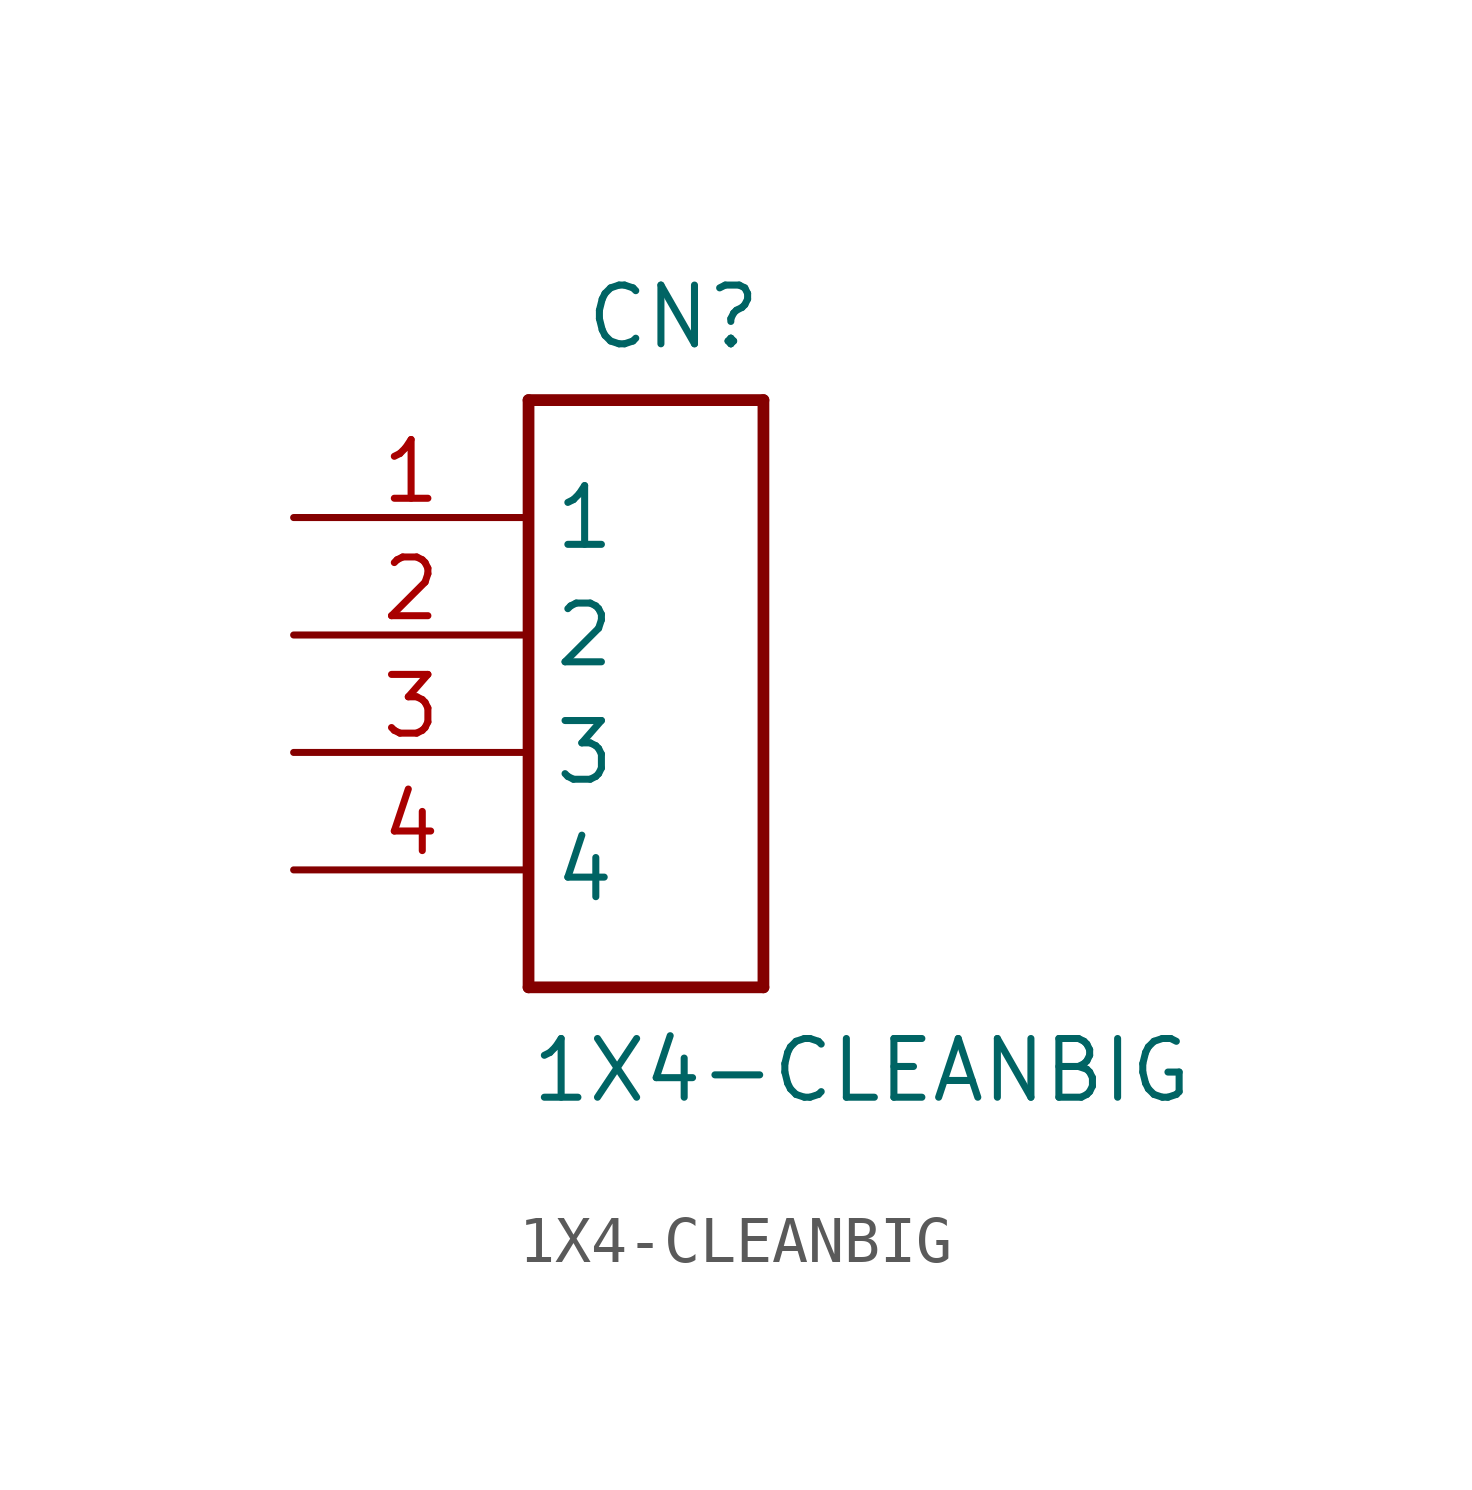
<source format=kicad_sym>
(kicad_symbol_lib
  (version 20211014)
  (generator kicad_symbol_editor)
  (symbol "1X4-CLEANBIG"
    (property "Reference" "CN"
      (at 5.08 7.62 0)
      (effects (font (size 1.27 1.27)) (justify right top)))
    (property "Value" "1X4-CLEANBIG"
      (at 0 -10.16 0)
      (effects (font (size 1.27 1.27)) (justify left bottom)))
    (property "ki_locked" ""
      (at 0 0 0)
      (effects (font (size 1.27 1.27))))
    (symbol "1X4-CLEANBIG_1_0"
      (polyline (pts (xy 0 -7.62) (xy 0 5.08)) (stroke (width 0.254) (type default) (color 0 0 0 0)) (fill (type none)))
      (polyline (pts (xy 0 5.08) (xy 5.08 5.08)) (stroke (width 0.254) (type default) (color 0 0 0 0)) (fill (type none)))
      (polyline (pts (xy 5.08 -7.62) (xy 0 -7.62)) (stroke (width 0.254) (type default) (color 0 0 0 0)) (fill (type none)))
      (polyline (pts (xy 5.08 5.08) (xy 5.08 -7.62)) (stroke (width 0.254) (type default) (color 0 0 0 0)) (fill (type none)))
      (pin bidirectional line (at -5.08 2.54 0) (length 5.08) (name "1" (effects (font (size 1.27 1.27)))) (number "1" (effects (font (size 1.27 1.27)))))
      (pin bidirectional line (at -5.08 0 0) (length 5.08) (name "2" (effects (font (size 1.27 1.27)))) (number "2" (effects (font (size 1.27 1.27)))))
      (pin bidirectional line (at -5.08 -2.54 0) (length 5.08) (name "3" (effects (font (size 1.27 1.27)))) (number "3" (effects (font (size 1.27 1.27)))))
      (pin bidirectional line (at -5.08 -5.08 0) (length 5.08) (name "4" (effects (font (size 1.27 1.27)))) (number "4" (effects (font (size 1.27 1.27))))))))
</source>
